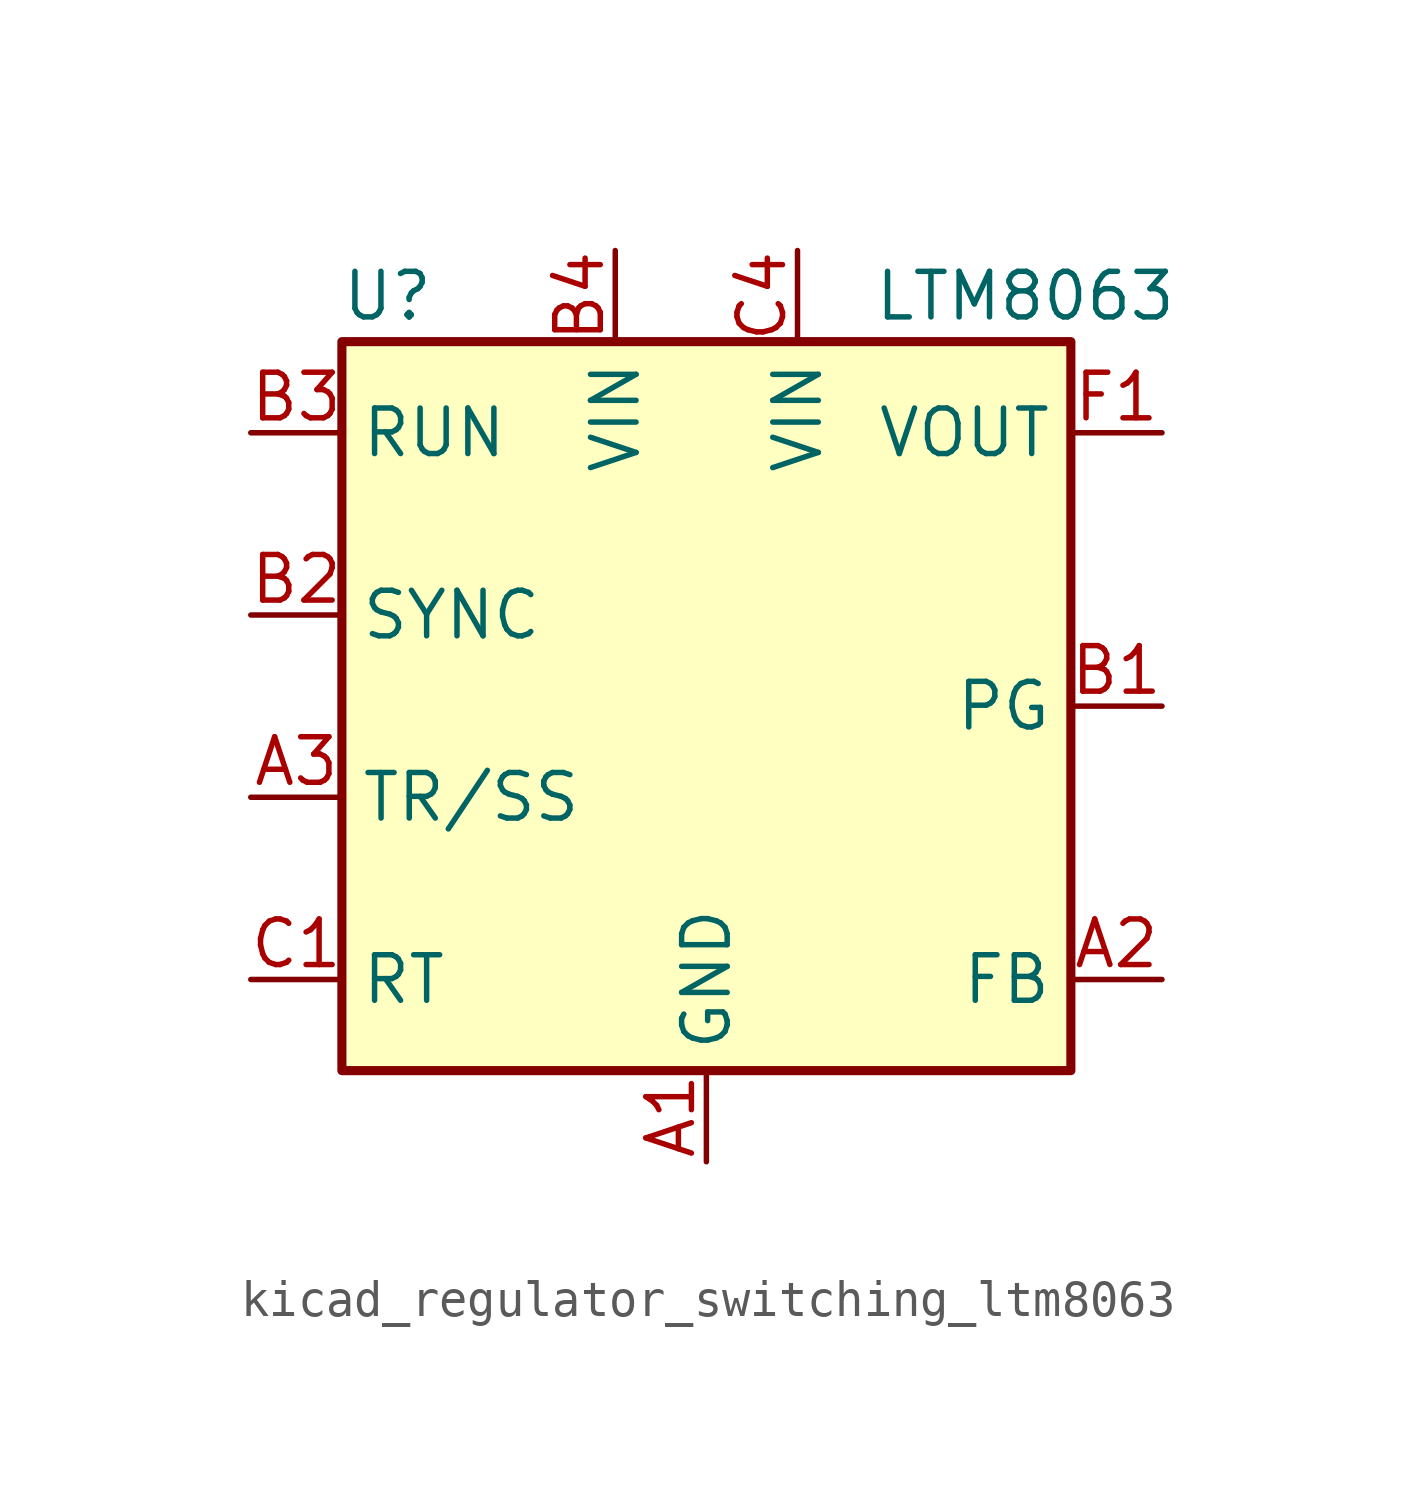
<source format=kicad_sym>
(kicad_symbol_lib
  (version 20220914)
  (generator kicad_symbol_editor)
  (symbol "kicad_regulator_switching_ltm8063"
    (property "Reference" "U"
      (at -8.89 11.43 0)
      (effects (font (size 1.27 1.27))))
    (property "Value" "LTM8063"
      (at 8.89 11.43 0)
      (effects (font (size 1.27 1.27))))
    (symbol "kicad_regulator_switching_ltm8063_0_1"
      (rectangle (start 10.16 10.16) (end -10.16 -10.16) (stroke (width 0.254) (type default)) (fill (type background))))
    (symbol "kicad_regulator_switching_ltm8063_1_1"
      (pin power_in line (at 0 -12.7 90) (length 2.54) (name "GND" (effects (font (size 1.27 1.27)))) (number "A1" (effects (font (size 1.27 1.27)))))
      (pin input line (at 12.7 -7.62 180) (length 2.54) (name "FB" (effects (font (size 1.27 1.27)))) (number "A2" (effects (font (size 1.27 1.27)))))
      (pin input line (at -12.7 -2.54 0) (length 2.54) (name "TR/SS" (effects (font (size 1.27 1.27)))) (number "A3" (effects (font (size 1.27 1.27)))))
      (pin passive line (at 0 -12.7 90) (length 2.54) hide (name "GND" (effects (font (size 1.27 1.27)))) (number "A4" (effects (font (size 1.27 1.27)))))
      (pin open_collector line (at 12.7 0 180) (length 2.54) (name "PG" (effects (font (size 1.27 1.27)))) (number "B1" (effects (font (size 1.27 1.27)))))
      (pin input line (at -12.7 2.54 0) (length 2.54) (name "SYNC" (effects (font (size 1.27 1.27)))) (number "B2" (effects (font (size 1.27 1.27)))))
      (pin input line (at -12.7 7.62 0) (length 2.54) (name "RUN" (effects (font (size 1.27 1.27)))) (number "B3" (effects (font (size 1.27 1.27)))))
      (pin power_in line (at -2.54 12.7 270) (length 2.54) (name "VIN" (effects (font (size 1.27 1.27)))) (number "B4" (effects (font (size 1.27 1.27)))))
      (pin input line (at -12.7 -7.62 0) (length 2.54) (name "RT" (effects (font (size 1.27 1.27)))) (number "C1" (effects (font (size 1.27 1.27)))))
      (pin passive line (at 0 -12.7 90) (length 2.54) hide (name "GND" (effects (font (size 1.27 1.27)))) (number "C2" (effects (font (size 1.27 1.27)))))
      (pin passive line (at 0 -12.7 90) (length 2.54) hide (name "GND" (effects (font (size 1.27 1.27)))) (number "C3" (effects (font (size 1.27 1.27)))))
      (pin power_in line (at 2.54 12.7 270) (length 2.54) (name "VIN" (effects (font (size 1.27 1.27)))) (number "C4" (effects (font (size 1.27 1.27)))))
      (pin passive line (at 0 -12.7 90) (length 2.54) hide (name "GND" (effects (font (size 1.27 1.27)))) (number "D1" (effects (font (size 1.27 1.27)))))
      (pin passive line (at 0 -12.7 90) (length 2.54) hide (name "GND" (effects (font (size 1.27 1.27)))) (number "D2" (effects (font (size 1.27 1.27)))))
      (pin passive line (at 0 -12.7 90) (length 2.54) hide (name "GND" (effects (font (size 1.27 1.27)))) (number "D3" (effects (font (size 1.27 1.27)))))
      (pin passive line (at 0 -12.7 90) (length 2.54) hide (name "GND" (effects (font (size 1.27 1.27)))) (number "D4" (effects (font (size 1.27 1.27)))))
      (pin passive line (at 0 -12.7 90) (length 2.54) hide (name "GND" (effects (font (size 1.27 1.27)))) (number "E1" (effects (font (size 1.27 1.27)))))
      (pin passive line (at 0 -12.7 90) (length 2.54) hide (name "GND" (effects (font (size 1.27 1.27)))) (number "E2" (effects (font (size 1.27 1.27)))))
      (pin passive line (at 0 -12.7 90) (length 2.54) hide (name "GND" (effects (font (size 1.27 1.27)))) (number "E3" (effects (font (size 1.27 1.27)))))
      (pin passive line (at 0 -12.7 90) (length 2.54) hide (name "GND" (effects (font (size 1.27 1.27)))) (number "E4" (effects (font (size 1.27 1.27)))))
      (pin power_out line (at 12.7 7.62 180) (length 2.54) (name "VOUT" (effects (font (size 1.27 1.27)))) (number "F1" (effects (font (size 1.27 1.27)))))
      (pin passive line (at 12.7 7.62 180) (length 2.54) hide (name "VOUT" (effects (font (size 1.27 1.27)))) (number "F2" (effects (font (size 1.27 1.27)))))
      (pin passive line (at 12.7 7.62 180) (length 2.54) hide (name "VOUT" (effects (font (size 1.27 1.27)))) (number "F3" (effects (font (size 1.27 1.27)))))
      (pin passive line (at 12.7 7.62 180) (length 2.54) hide (name "VOUT" (effects (font (size 1.27 1.27)))) (number "F4" (effects (font (size 1.27 1.27)))))
      (pin passive line (at 12.7 7.62 180) (length 2.54) hide (name "VOUT" (effects (font (size 1.27 1.27)))) (number "G1" (effects (font (size 1.27 1.27)))))
      (pin passive line (at 12.7 7.62 180) (length 2.54) hide (name "VOUT" (effects (font (size 1.27 1.27)))) (number "G2" (effects (font (size 1.27 1.27)))))
      (pin passive line (at 12.7 7.62 180) (length 2.54) hide (name "VOUT" (effects (font (size 1.27 1.27)))) (number "G3" (effects (font (size 1.27 1.27)))))
      (pin passive line (at 12.7 7.62 180) (length 2.54) hide (name "VOUT" (effects (font (size 1.27 1.27)))) (number "G4" (effects (font (size 1.27 1.27))))))))
</source>
